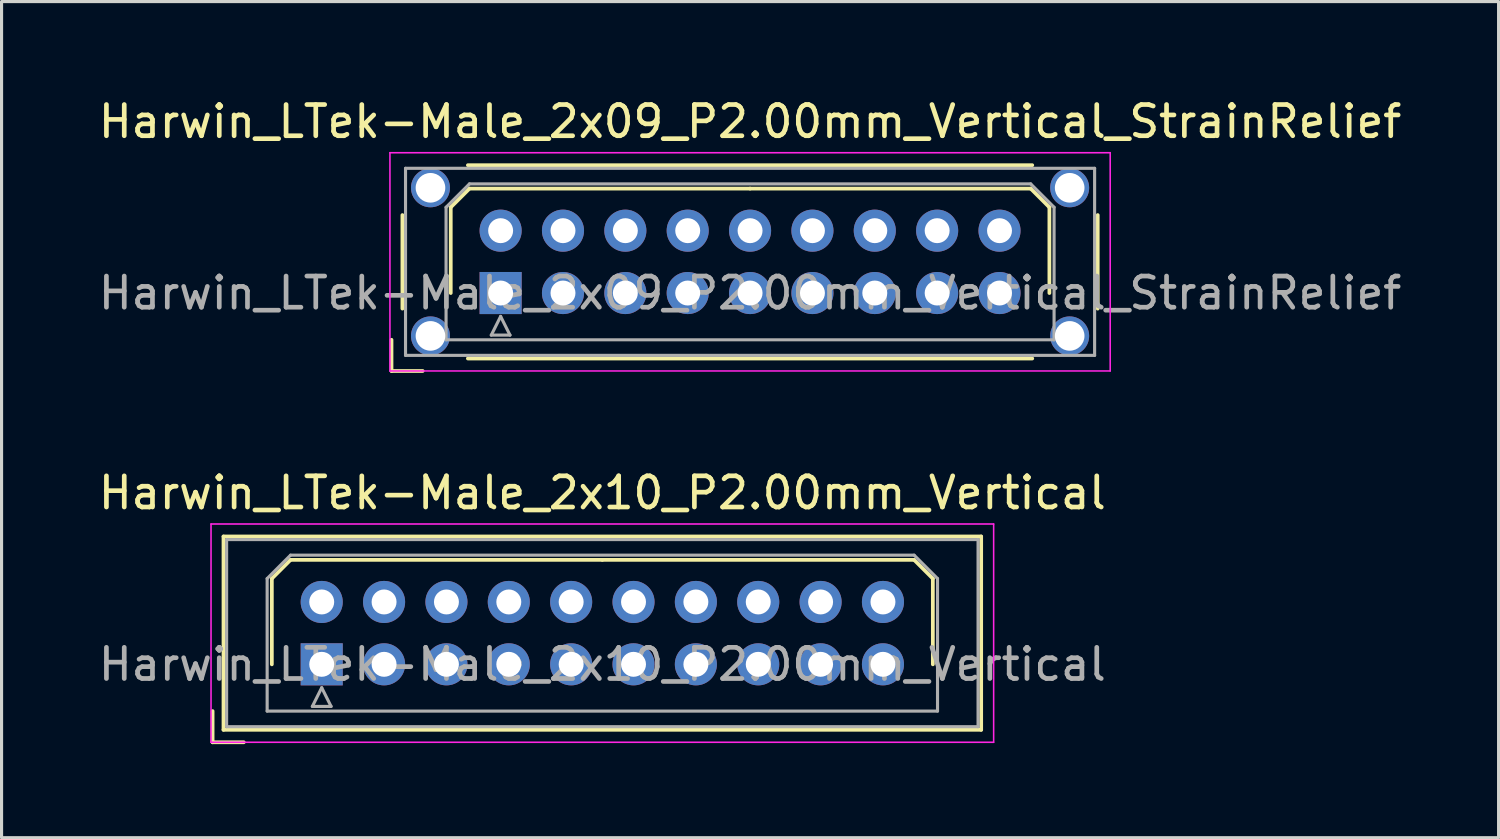
<source format=kicad_pcb>
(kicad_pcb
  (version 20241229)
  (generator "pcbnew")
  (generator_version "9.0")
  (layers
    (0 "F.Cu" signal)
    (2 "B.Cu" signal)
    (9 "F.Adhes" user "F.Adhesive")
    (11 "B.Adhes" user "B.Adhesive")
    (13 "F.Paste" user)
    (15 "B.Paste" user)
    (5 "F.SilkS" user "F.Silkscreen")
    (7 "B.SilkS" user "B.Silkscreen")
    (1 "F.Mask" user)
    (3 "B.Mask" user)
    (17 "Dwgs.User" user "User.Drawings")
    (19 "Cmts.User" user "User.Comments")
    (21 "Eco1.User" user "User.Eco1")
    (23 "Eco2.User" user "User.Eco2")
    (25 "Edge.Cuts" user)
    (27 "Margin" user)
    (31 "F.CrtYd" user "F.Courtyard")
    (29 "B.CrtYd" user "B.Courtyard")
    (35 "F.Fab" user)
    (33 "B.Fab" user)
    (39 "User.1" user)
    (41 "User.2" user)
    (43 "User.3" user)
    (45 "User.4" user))
  (footprint "Harwin_LTek-Male_2x09_P2.00mm_Vertical_StrainRelief"
    (layer "F.Cu")
    (at 13.006 6.348)
    (property "Reference" "Harwin_LTek-Male_2x09_P2.00mm_Vertical_StrainRelief" (at 8 -5.5 0) (layer "F.SilkS") (effects (font (size 1 1) (thickness 0.15))))
    (attr through_hole)
    (fp_line (start -3.5 1.5) (end -3.5 2.5) (stroke (width 0.12) (type solid)) (layer "F.SilkS"))
    (fp_line (start -3.5 2.5) (end -2.5 2.5) (stroke (width 0.12) (type solid)) (layer "F.SilkS"))
    (fp_line (start -3.15 -2.5) (end -3.15 0.5) (stroke (width 0.12) (type solid)) (layer "F.SilkS"))
    (fp_line (start -1.6 -2.75) (end -1 -3.35) (stroke (width 0.12) (type solid)) (layer "F.SilkS"))
    (fp_line (start -1.6 0) (end -1.6 -2.75) (stroke (width 0.12) (type solid)) (layer "F.SilkS"))
    (fp_line (start -1.05 -4.1) (end 17.05 -4.1) (stroke (width 0.12) (type solid)) (layer "F.SilkS"))
    (fp_line (start -1.05 2.1) (end 17.05 2.1) (stroke (width 0.12) (type solid)) (layer "F.SilkS"))
    (fp_line (start -1 -3.35) (end 8 -3.35) (stroke (width 0.12) (type solid)) (layer "F.SilkS"))
    (fp_line (start 17 -3.35) (end 8 -3.35) (stroke (width 0.12) (type solid)) (layer "F.SilkS"))
    (fp_line (start 17.6 -2.75) (end 17 -3.35) (stroke (width 0.12) (type solid)) (layer "F.SilkS"))
    (fp_line (start 17.6 0) (end 17.6 -2.75) (stroke (width 0.12) (type solid)) (layer "F.SilkS"))
    (fp_line (start 19.15 -2.5) (end 19.15 0.5) (stroke (width 0.12) (type solid)) (layer "F.SilkS"))
    (fp_line (start -3.55 -4.5) (end -3.55 2.5) (stroke (width 0.05) (type solid)) (layer "F.CrtYd"))
    (fp_line (start -3.55 2.5) (end 19.55 2.5) (stroke (width 0.05) (type solid)) (layer "F.CrtYd"))
    (fp_line (start 19.55 -4.5) (end -3.55 -4.5) (stroke (width 0.05) (type solid)) (layer "F.CrtYd"))
    (fp_line (start 19.55 2.5) (end 19.55 -4.5) (stroke (width 0.05) (type solid)) (layer "F.CrtYd"))
    (fp_line (start -3.05 -4) (end -3.05 2) (stroke (width 0.1) (type solid)) (layer "F.Fab"))
    (fp_line (start -3.05 2) (end 19.05 2) (stroke (width 0.1) (type solid)) (layer "F.Fab"))
    (fp_line (start -1.75 -2.75) (end -1 -3.5) (stroke (width 0.1) (type solid)) (layer "F.Fab"))
    (fp_line (start -1.75 1.5) (end -1.75 -2.75) (stroke (width 0.1) (type solid)) (layer "F.Fab"))
    (fp_line (start -1 -3.5) (end 17 -3.5) (stroke (width 0.1) (type solid)) (layer "F.Fab"))
    (fp_line (start -0.3 1.35) (end 0.3 1.35) (stroke (width 0.1) (type solid)) (layer "F.Fab"))
    (fp_line (start 0 0.75) (end -0.3 1.35) (stroke (width 0.1) (type solid)) (layer "F.Fab"))
    (fp_line (start 0.3 1.35) (end 0 0.75) (stroke (width 0.1) (type solid)) (layer "F.Fab"))
    (fp_line (start 17 -3.5) (end 17.75 -2.75) (stroke (width 0.1) (type solid)) (layer "F.Fab"))
    (fp_line (start 17.75 -2.75) (end 17.75 1.5) (stroke (width 0.1) (type solid)) (layer "F.Fab"))
    (fp_line (start 17.75 1.5) (end -1.75 1.5) (stroke (width 0.1) (type solid)) (layer "F.Fab"))
    (fp_line (start 19.05 -4) (end -3.05 -4) (stroke (width 0.1) (type solid)) (layer "F.Fab"))
    (fp_line (start 19.05 2) (end 19.05 -4) (stroke (width 0.1) (type solid)) (layer "F.Fab"))
    (fp_text user "${REFERENCE}" (at 8 0 0) (layer "F.Fab") (effects (font (size 1 1) (thickness 0.15))))
    (pad "" thru_hole circle (at -2.25 -3.375) (size 1.25 1.25) (drill 0.95) (layers "*.Cu" "*.Mask"))
    (pad "" thru_hole circle (at -2.25 1.375) (size 1.25 1.25) (drill 0.95) (layers "*.Cu" "*.Mask"))
    (pad "" thru_hole circle (at 18.25 -3.375) (size 1.25 1.25) (drill 0.95) (layers "*.Cu" "*.Mask"))
    (pad "" thru_hole circle (at 18.25 1.375) (size 1.25 1.25) (drill 0.95) (layers "*.Cu" "*.Mask"))
    (pad "1" thru_hole rect (at 0 0) (size 1.35 1.35) (drill 0.8) (layers "*.Cu" "*.Mask"))
    (pad "2" thru_hole circle (at 0 -2) (size 1.35 1.35) (drill 0.8) (layers "*.Cu" "*.Mask"))
    (pad "3" thru_hole circle (at 2 0) (size 1.35 1.35) (drill 0.8) (layers "*.Cu" "*.Mask"))
    (pad "4" thru_hole circle (at 2 -2) (size 1.35 1.35) (drill 0.8) (layers "*.Cu" "*.Mask"))
    (pad "5" thru_hole circle (at 4 0) (size 1.35 1.35) (drill 0.8) (layers "*.Cu" "*.Mask"))
    (pad "6" thru_hole circle (at 4 -2) (size 1.35 1.35) (drill 0.8) (layers "*.Cu" "*.Mask"))
    (pad "7" thru_hole circle (at 6 0) (size 1.35 1.35) (drill 0.8) (layers "*.Cu" "*.Mask"))
    (pad "8" thru_hole circle (at 6 -2) (size 1.35 1.35) (drill 0.8) (layers "*.Cu" "*.Mask"))
    (pad "9" thru_hole circle (at 8 0) (size 1.35 1.35) (drill 0.8) (layers "*.Cu" "*.Mask"))
    (pad "10" thru_hole circle (at 8 -2) (size 1.35 1.35) (drill 0.8) (layers "*.Cu" "*.Mask"))
    (pad "11" thru_hole circle (at 10 0) (size 1.35 1.35) (drill 0.8) (layers "*.Cu" "*.Mask"))
    (pad "12" thru_hole circle (at 10 -2) (size 1.35 1.35) (drill 0.8) (layers "*.Cu" "*.Mask"))
    (pad "13" thru_hole circle (at 12 0) (size 1.35 1.35) (drill 0.8) (layers "*.Cu" "*.Mask"))
    (pad "14" thru_hole circle (at 12 -2) (size 1.35 1.35) (drill 0.8) (layers "*.Cu" "*.Mask"))
    (pad "15" thru_hole circle (at 14 0) (size 1.35 1.35) (drill 0.8) (layers "*.Cu" "*.Mask"))
    (pad "16" thru_hole circle (at 14 -2) (size 1.35 1.35) (drill 0.8) (layers "*.Cu" "*.Mask"))
    (pad "17" thru_hole circle (at 16 0) (size 1.35 1.35) (drill 0.8) (layers "*.Cu" "*.Mask"))
    (pad "18" thru_hole circle (at 16 -2) (size 1.35 1.35) (drill 0.8) (layers "*.Cu" "*.Mask")))
  (footprint "Harwin_LTek-Male_2x10_P2.00mm_Vertical"
    (layer "F.Cu")
    (at 7.268 18.256)
    (property "Reference" "Harwin_LTek-Male_2x10_P2.00mm_Vertical" (at 9 -5.5 0) (layer "F.SilkS") (effects (font (size 1 1) (thickness 0.15))))
    (attr through_hole)
    (fp_line (start -3.5 1.5) (end -3.5 2.5) (stroke (width 0.12) (type solid)) (layer "F.SilkS"))
    (fp_line (start -3.5 2.5) (end -2.5 2.5) (stroke (width 0.12) (type solid)) (layer "F.SilkS"))
    (fp_line (start -3.15 -4.1) (end -3.15 2.1) (stroke (width 0.12) (type solid)) (layer "F.SilkS"))
    (fp_line (start -3.15 2.1) (end 21.15 2.1) (stroke (width 0.12) (type solid)) (layer "F.SilkS"))
    (fp_line (start -1.6 -2.75) (end -1 -3.35) (stroke (width 0.12) (type solid)) (layer "F.SilkS"))
    (fp_line (start -1.6 0) (end -1.6 -2.75) (stroke (width 0.12) (type solid)) (layer "F.SilkS"))
    (fp_line (start -1 -3.35) (end 9 -3.35) (stroke (width 0.12) (type solid)) (layer "F.SilkS"))
    (fp_line (start 19 -3.35) (end 9 -3.35) (stroke (width 0.12) (type solid)) (layer "F.SilkS"))
    (fp_line (start 19.6 -2.75) (end 19 -3.35) (stroke (width 0.12) (type solid)) (layer "F.SilkS"))
    (fp_line (start 19.6 0) (end 19.6 -2.75) (stroke (width 0.12) (type solid)) (layer "F.SilkS"))
    (fp_line (start 21.15 -4.1) (end -3.15 -4.1) (stroke (width 0.12) (type solid)) (layer "F.SilkS"))
    (fp_line (start 21.15 2.1) (end 21.15 -4.1) (stroke (width 0.12) (type solid)) (layer "F.SilkS"))
    (fp_line (start -3.55 -4.5) (end -3.55 2.5) (stroke (width 0.05) (type solid)) (layer "F.CrtYd"))
    (fp_line (start -3.55 2.5) (end 21.55 2.5) (stroke (width 0.05) (type solid)) (layer "F.CrtYd"))
    (fp_line (start 21.55 -4.5) (end -3.55 -4.5) (stroke (width 0.05) (type solid)) (layer "F.CrtYd"))
    (fp_line (start 21.55 2.5) (end 21.55 -4.5) (stroke (width 0.05) (type solid)) (layer "F.CrtYd"))
    (fp_line (start -3.05 -4) (end -3.05 2) (stroke (width 0.1) (type solid)) (layer "F.Fab"))
    (fp_line (start -3.05 2) (end 21.05 2) (stroke (width 0.1) (type solid)) (layer "F.Fab"))
    (fp_line (start -1.75 -2.75) (end -1 -3.5) (stroke (width 0.1) (type solid)) (layer "F.Fab"))
    (fp_line (start -1.75 1.5) (end -1.75 -2.75) (stroke (width 0.1) (type solid)) (layer "F.Fab"))
    (fp_line (start -1 -3.5) (end 19 -3.5) (stroke (width 0.1) (type solid)) (layer "F.Fab"))
    (fp_line (start -0.3 1.35) (end 0.3 1.35) (stroke (width 0.1) (type solid)) (layer "F.Fab"))
    (fp_line (start 0 0.75) (end -0.3 1.35) (stroke (width 0.1) (type solid)) (layer "F.Fab"))
    (fp_line (start 0.3 1.35) (end 0 0.75) (stroke (width 0.1) (type solid)) (layer "F.Fab"))
    (fp_line (start 19 -3.5) (end 19.75 -2.75) (stroke (width 0.1) (type solid)) (layer "F.Fab"))
    (fp_line (start 19.75 -2.75) (end 19.75 1.5) (stroke (width 0.1) (type solid)) (layer "F.Fab"))
    (fp_line (start 19.75 1.5) (end -1.75 1.5) (stroke (width 0.1) (type solid)) (layer "F.Fab"))
    (fp_line (start 21.05 -4) (end -3.05 -4) (stroke (width 0.1) (type solid)) (layer "F.Fab"))
    (fp_line (start 21.05 2) (end 21.05 -4) (stroke (width 0.1) (type solid)) (layer "F.Fab"))
    (fp_text user "${REFERENCE}" (at 9 0 0) (layer "F.Fab") (effects (font (size 1 1) (thickness 0.15))))
    (pad "1" thru_hole rect (at 0 0) (size 1.35 1.35) (drill 0.8) (layers "*.Cu" "*.Mask"))
    (pad "2" thru_hole circle (at 0 -2) (size 1.35 1.35) (drill 0.8) (layers "*.Cu" "*.Mask"))
    (pad "3" thru_hole circle (at 2 0) (size 1.35 1.35) (drill 0.8) (layers "*.Cu" "*.Mask"))
    (pad "4" thru_hole circle (at 2 -2) (size 1.35 1.35) (drill 0.8) (layers "*.Cu" "*.Mask"))
    (pad "5" thru_hole circle (at 4 0) (size 1.35 1.35) (drill 0.8) (layers "*.Cu" "*.Mask"))
    (pad "6" thru_hole circle (at 4 -2) (size 1.35 1.35) (drill 0.8) (layers "*.Cu" "*.Mask"))
    (pad "7" thru_hole circle (at 6 0) (size 1.35 1.35) (drill 0.8) (layers "*.Cu" "*.Mask"))
    (pad "8" thru_hole circle (at 6 -2) (size 1.35 1.35) (drill 0.8) (layers "*.Cu" "*.Mask"))
    (pad "9" thru_hole circle (at 8 0) (size 1.35 1.35) (drill 0.8) (layers "*.Cu" "*.Mask"))
    (pad "10" thru_hole circle (at 8 -2) (size 1.35 1.35) (drill 0.8) (layers "*.Cu" "*.Mask"))
    (pad "11" thru_hole circle (at 10 0) (size 1.35 1.35) (drill 0.8) (layers "*.Cu" "*.Mask"))
    (pad "12" thru_hole circle (at 10 -2) (size 1.35 1.35) (drill 0.8) (layers "*.Cu" "*.Mask"))
    (pad "13" thru_hole circle (at 12 0) (size 1.35 1.35) (drill 0.8) (layers "*.Cu" "*.Mask"))
    (pad "14" thru_hole circle (at 12 -2) (size 1.35 1.35) (drill 0.8) (layers "*.Cu" "*.Mask"))
    (pad "15" thru_hole circle (at 14 0) (size 1.35 1.35) (drill 0.8) (layers "*.Cu" "*.Mask"))
    (pad "16" thru_hole circle (at 14 -2) (size 1.35 1.35) (drill 0.8) (layers "*.Cu" "*.Mask"))
    (pad "17" thru_hole circle (at 16 0) (size 1.35 1.35) (drill 0.8) (layers "*.Cu" "*.Mask"))
    (pad "18" thru_hole circle (at 16 -2) (size 1.35 1.35) (drill 0.8) (layers "*.Cu" "*.Mask"))
    (pad "19" thru_hole circle (at 18 0) (size 1.35 1.35) (drill 0.8) (layers "*.Cu" "*.Mask"))
    (pad "20" thru_hole circle (at 18 -2) (size 1.35 1.35) (drill 0.8) (layers "*.Cu" "*.Mask")))
  (gr_rect
    (start -3 -3)
    (end 45.012 23.817)
    (stroke (width 0.1) (type default))
    (fill no)
    (layer "Edge.Cuts")))
</source>
